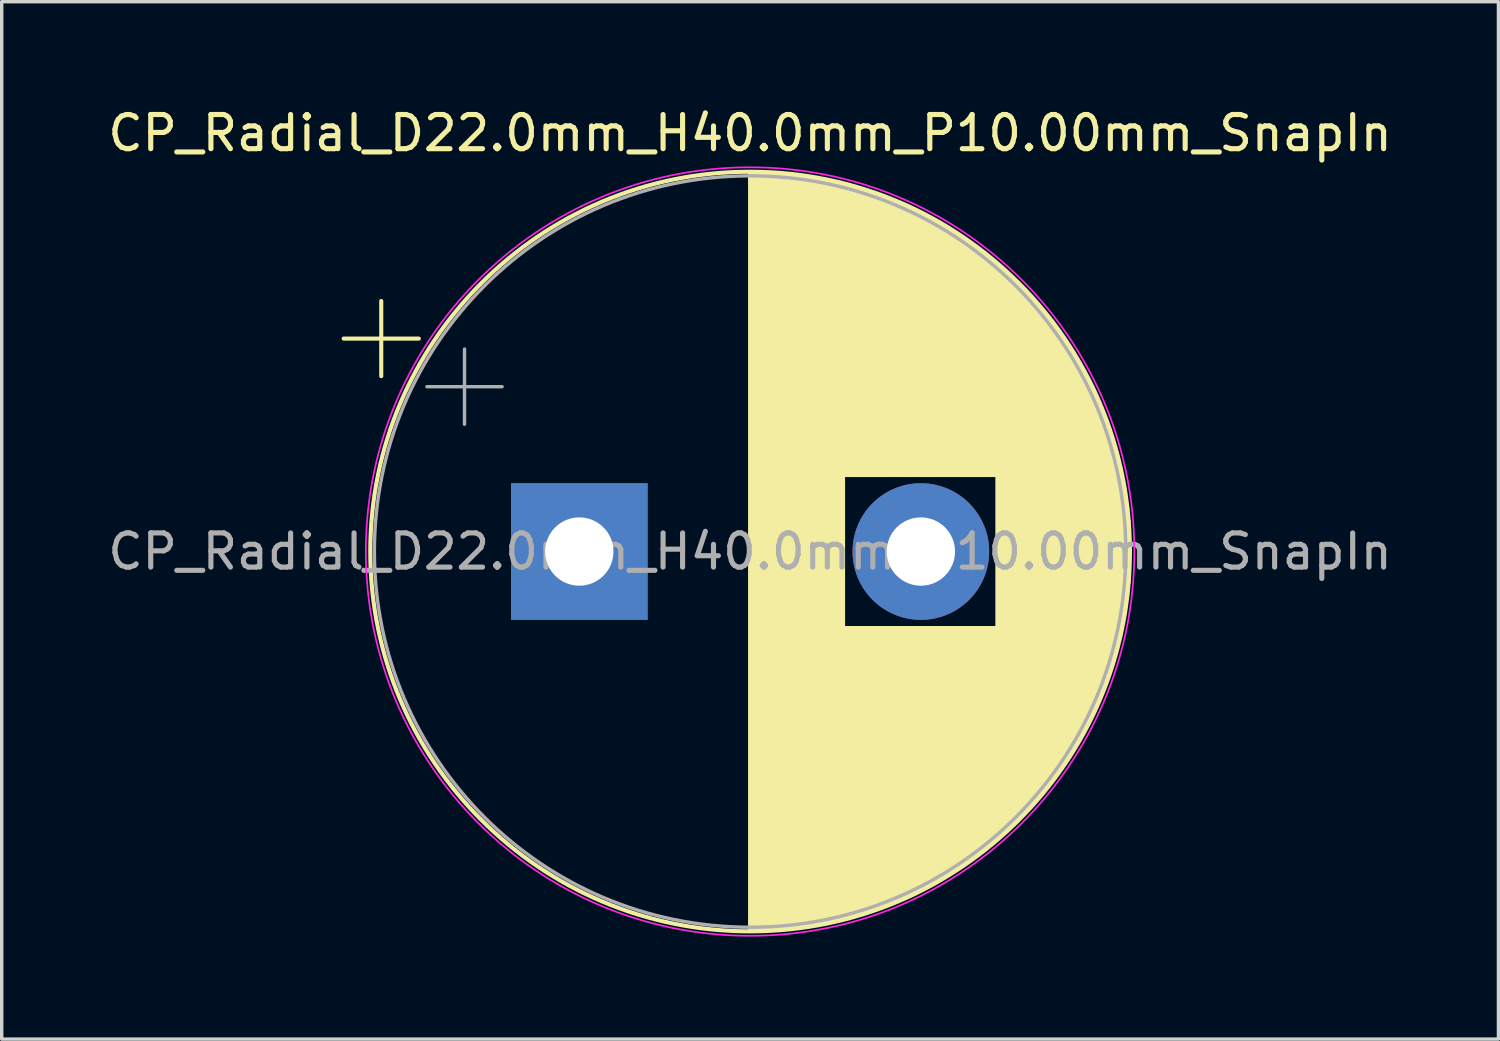
<source format=kicad_pcb>
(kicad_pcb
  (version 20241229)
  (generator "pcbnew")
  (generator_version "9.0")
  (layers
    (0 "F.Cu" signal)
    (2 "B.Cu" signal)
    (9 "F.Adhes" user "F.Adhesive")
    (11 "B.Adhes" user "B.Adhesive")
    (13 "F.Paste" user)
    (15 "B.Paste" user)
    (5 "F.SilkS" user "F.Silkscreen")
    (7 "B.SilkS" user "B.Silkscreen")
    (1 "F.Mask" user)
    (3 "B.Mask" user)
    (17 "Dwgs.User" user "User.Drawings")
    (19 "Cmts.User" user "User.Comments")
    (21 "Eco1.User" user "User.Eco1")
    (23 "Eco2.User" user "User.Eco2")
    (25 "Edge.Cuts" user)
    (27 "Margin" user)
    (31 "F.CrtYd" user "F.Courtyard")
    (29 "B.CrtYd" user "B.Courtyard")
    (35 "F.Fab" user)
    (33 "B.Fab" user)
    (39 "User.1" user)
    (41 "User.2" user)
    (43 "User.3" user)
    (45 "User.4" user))
  (footprint "CP_Radial_D22.0mm_H40.0mm_P10.00mm_SnapIn"
    (layer "F.Cu")
    (at 13.911 13.098)
    (property "Reference" "CP_Radial_D22.0mm_H40.0mm_P10.00mm_SnapIn" (at 5 -12.25 0) (layer "F.SilkS") (effects (font (size 1 1) (thickness 0.15))))
    (attr through_hole)
    (fp_line (start -6.899 -6.235) (end -4.699 -6.235) (stroke (width 0.12) (type solid)) (layer "F.SilkS"))
    (fp_line (start -5.799 -7.335) (end -5.799 -5.135) (stroke (width 0.12) (type solid)) (layer "F.SilkS"))
    (fp_line (start 5 -11.081) (end 5 11.081) (stroke (width 0.12) (type solid)) (layer "F.SilkS"))
    (fp_line (start 5.04 -11.08) (end 5.04 11.08) (stroke (width 0.12) (type solid)) (layer "F.SilkS"))
    (fp_line (start 5.08 -11.08) (end 5.08 11.08) (stroke (width 0.12) (type solid)) (layer "F.SilkS"))
    (fp_line (start 5.12 -11.08) (end 5.12 11.08) (stroke (width 0.12) (type solid)) (layer "F.SilkS"))
    (fp_line (start 5.16 -11.079) (end 5.16 11.079) (stroke (width 0.12) (type solid)) (layer "F.SilkS"))
    (fp_line (start 5.2 -11.079) (end 5.2 11.079) (stroke (width 0.12) (type solid)) (layer "F.SilkS"))
    (fp_line (start 5.24 -11.078) (end 5.24 11.078) (stroke (width 0.12) (type solid)) (layer "F.SilkS"))
    (fp_line (start 5.28 -11.077) (end 5.28 11.077) (stroke (width 0.12) (type solid)) (layer "F.SilkS"))
    (fp_line (start 5.32 -11.076) (end 5.32 11.076) (stroke (width 0.12) (type solid)) (layer "F.SilkS"))
    (fp_line (start 5.36 -11.075) (end 5.36 11.075) (stroke (width 0.12) (type solid)) (layer "F.SilkS"))
    (fp_line (start 5.4 -11.073) (end 5.4 11.073) (stroke (width 0.12) (type solid)) (layer "F.SilkS"))
    (fp_line (start 5.44 -11.072) (end 5.44 11.072) (stroke (width 0.12) (type solid)) (layer "F.SilkS"))
    (fp_line (start 5.48 -11.07) (end 5.48 11.07) (stroke (width 0.12) (type solid)) (layer "F.SilkS"))
    (fp_line (start 5.52 -11.068) (end 5.52 11.068) (stroke (width 0.12) (type solid)) (layer "F.SilkS"))
    (fp_line (start 5.56 -11.066) (end 5.56 11.066) (stroke (width 0.12) (type solid)) (layer "F.SilkS"))
    (fp_line (start 5.6 -11.064) (end 5.6 11.064) (stroke (width 0.12) (type solid)) (layer "F.SilkS"))
    (fp_line (start 5.64 -11.062) (end 5.64 11.062) (stroke (width 0.12) (type solid)) (layer "F.SilkS"))
    (fp_line (start 5.68 -11.06) (end 5.68 11.06) (stroke (width 0.12) (type solid)) (layer "F.SilkS"))
    (fp_line (start 5.721 -11.057) (end 5.721 11.057) (stroke (width 0.12) (type solid)) (layer "F.SilkS"))
    (fp_line (start 5.761 -11.054) (end 5.761 11.054) (stroke (width 0.12) (type solid)) (layer "F.SilkS"))
    (fp_line (start 5.801 -11.052) (end 5.801 11.052) (stroke (width 0.12) (type solid)) (layer "F.SilkS"))
    (fp_line (start 5.841 -11.049) (end 5.841 11.049) (stroke (width 0.12) (type solid)) (layer "F.SilkS"))
    (fp_line (start 5.881 -11.046) (end 5.881 11.046) (stroke (width 0.12) (type solid)) (layer "F.SilkS"))
    (fp_line (start 5.921 -11.042) (end 5.921 11.042) (stroke (width 0.12) (type solid)) (layer "F.SilkS"))
    (fp_line (start 5.961 -11.039) (end 5.961 11.039) (stroke (width 0.12) (type solid)) (layer "F.SilkS"))
    (fp_line (start 6.001 -11.035) (end 6.001 11.035) (stroke (width 0.12) (type solid)) (layer "F.SilkS"))
    (fp_line (start 6.041 -11.032) (end 6.041 11.032) (stroke (width 0.12) (type solid)) (layer "F.SilkS"))
    (fp_line (start 6.081 -11.028) (end 6.081 11.028) (stroke (width 0.12) (type solid)) (layer "F.SilkS"))
    (fp_line (start 6.121 -11.024) (end 6.121 11.024) (stroke (width 0.12) (type solid)) (layer "F.SilkS"))
    (fp_line (start 6.161 -11.02) (end 6.161 11.02) (stroke (width 0.12) (type solid)) (layer "F.SilkS"))
    (fp_line (start 6.201 -11.016) (end 6.201 11.016) (stroke (width 0.12) (type solid)) (layer "F.SilkS"))
    (fp_line (start 6.241 -11.011) (end 6.241 11.011) (stroke (width 0.12) (type solid)) (layer "F.SilkS"))
    (fp_line (start 6.281 -11.007) (end 6.281 11.007) (stroke (width 0.12) (type solid)) (layer "F.SilkS"))
    (fp_line (start 6.321 -11.002) (end 6.321 11.002) (stroke (width 0.12) (type solid)) (layer "F.SilkS"))
    (fp_line (start 6.361 -10.997) (end 6.361 10.997) (stroke (width 0.12) (type solid)) (layer "F.SilkS"))
    (fp_line (start 6.401 -10.992) (end 6.401 10.992) (stroke (width 0.12) (type solid)) (layer "F.SilkS"))
    (fp_line (start 6.441 -10.987) (end 6.441 10.987) (stroke (width 0.12) (type solid)) (layer "F.SilkS"))
    (fp_line (start 6.481 -10.982) (end 6.481 10.982) (stroke (width 0.12) (type solid)) (layer "F.SilkS"))
    (fp_line (start 6.521 -10.976) (end 6.521 10.976) (stroke (width 0.12) (type solid)) (layer "F.SilkS"))
    (fp_line (start 6.561 -10.971) (end 6.561 10.971) (stroke (width 0.12) (type solid)) (layer "F.SilkS"))
    (fp_line (start 6.601 -10.965) (end 6.601 10.965) (stroke (width 0.12) (type solid)) (layer "F.SilkS"))
    (fp_line (start 6.641 -10.959) (end 6.641 10.959) (stroke (width 0.12) (type solid)) (layer "F.SilkS"))
    (fp_line (start 6.681 -10.953) (end 6.681 10.953) (stroke (width 0.12) (type solid)) (layer "F.SilkS"))
    (fp_line (start 6.721 -10.947) (end 6.721 10.947) (stroke (width 0.12) (type solid)) (layer "F.SilkS"))
    (fp_line (start 6.761 -10.94) (end 6.761 10.94) (stroke (width 0.12) (type solid)) (layer "F.SilkS"))
    (fp_line (start 6.801 -10.934) (end 6.801 10.934) (stroke (width 0.12) (type solid)) (layer "F.SilkS"))
    (fp_line (start 6.841 -10.927) (end 6.841 10.927) (stroke (width 0.12) (type solid)) (layer "F.SilkS"))
    (fp_line (start 6.881 -10.92) (end 6.881 10.92) (stroke (width 0.12) (type solid)) (layer "F.SilkS"))
    (fp_line (start 6.921 -10.913) (end 6.921 10.913) (stroke (width 0.12) (type solid)) (layer "F.SilkS"))
    (fp_line (start 6.961 -10.906) (end 6.961 10.906) (stroke (width 0.12) (type solid)) (layer "F.SilkS"))
    (fp_line (start 7.001 -10.899) (end 7.001 10.899) (stroke (width 0.12) (type solid)) (layer "F.SilkS"))
    (fp_line (start 7.041 -10.892) (end 7.041 10.892) (stroke (width 0.12) (type solid)) (layer "F.SilkS"))
    (fp_line (start 7.081 -10.884) (end 7.081 10.884) (stroke (width 0.12) (type solid)) (layer "F.SilkS"))
    (fp_line (start 7.121 -10.877) (end 7.121 10.877) (stroke (width 0.12) (type solid)) (layer "F.SilkS"))
    (fp_line (start 7.161 -10.869) (end 7.161 10.869) (stroke (width 0.12) (type solid)) (layer "F.SilkS"))
    (fp_line (start 7.201 -10.861) (end 7.201 10.861) (stroke (width 0.12) (type solid)) (layer "F.SilkS"))
    (fp_line (start 7.241 -10.853) (end 7.241 10.853) (stroke (width 0.12) (type solid)) (layer "F.SilkS"))
    (fp_line (start 7.281 -10.844) (end 7.281 10.844) (stroke (width 0.12) (type solid)) (layer "F.SilkS"))
    (fp_line (start 7.321 -10.836) (end 7.321 10.836) (stroke (width 0.12) (type solid)) (layer "F.SilkS"))
    (fp_line (start 7.361 -10.827) (end 7.361 10.827) (stroke (width 0.12) (type solid)) (layer "F.SilkS"))
    (fp_line (start 7.401 -10.818) (end 7.401 10.818) (stroke (width 0.12) (type solid)) (layer "F.SilkS"))
    (fp_line (start 7.441 -10.809) (end 7.441 10.809) (stroke (width 0.12) (type solid)) (layer "F.SilkS"))
    (fp_line (start 7.481 -10.8) (end 7.481 10.8) (stroke (width 0.12) (type solid)) (layer "F.SilkS"))
    (fp_line (start 7.521 -10.791) (end 7.521 10.791) (stroke (width 0.12) (type solid)) (layer "F.SilkS"))
    (fp_line (start 7.561 -10.782) (end 7.561 10.782) (stroke (width 0.12) (type solid)) (layer "F.SilkS"))
    (fp_line (start 7.601 -10.772) (end 7.601 10.772) (stroke (width 0.12) (type solid)) (layer "F.SilkS"))
    (fp_line (start 7.641 -10.763) (end 7.641 10.763) (stroke (width 0.12) (type solid)) (layer "F.SilkS"))
    (fp_line (start 7.681 -10.753) (end 7.681 10.753) (stroke (width 0.12) (type solid)) (layer "F.SilkS"))
    (fp_line (start 7.721 -10.743) (end 7.721 10.743) (stroke (width 0.12) (type solid)) (layer "F.SilkS"))
    (fp_line (start 7.761 -10.733) (end 7.761 -2.24) (stroke (width 0.12) (type solid)) (layer "F.SilkS"))
    (fp_line (start 7.761 2.24) (end 7.761 10.733) (stroke (width 0.12) (type solid)) (layer "F.SilkS"))
    (fp_line (start 7.801 -10.722) (end 7.801 -2.24) (stroke (width 0.12) (type solid)) (layer "F.SilkS"))
    (fp_line (start 7.801 2.24) (end 7.801 10.722) (stroke (width 0.12) (type solid)) (layer "F.SilkS"))
    (fp_line (start 7.841 -10.712) (end 7.841 -2.24) (stroke (width 0.12) (type solid)) (layer "F.SilkS"))
    (fp_line (start 7.841 2.24) (end 7.841 10.712) (stroke (width 0.12) (type solid)) (layer "F.SilkS"))
    (fp_line (start 7.881 -10.701) (end 7.881 -2.24) (stroke (width 0.12) (type solid)) (layer "F.SilkS"))
    (fp_line (start 7.881 2.24) (end 7.881 10.701) (stroke (width 0.12) (type solid)) (layer "F.SilkS"))
    (fp_line (start 7.921 -10.69) (end 7.921 -2.24) (stroke (width 0.12) (type solid)) (layer "F.SilkS"))
    (fp_line (start 7.921 2.24) (end 7.921 10.69) (stroke (width 0.12) (type solid)) (layer "F.SilkS"))
    (fp_line (start 7.961 -10.679) (end 7.961 -2.24) (stroke (width 0.12) (type solid)) (layer "F.SilkS"))
    (fp_line (start 7.961 2.24) (end 7.961 10.679) (stroke (width 0.12) (type solid)) (layer "F.SilkS"))
    (fp_line (start 8.001 -10.668) (end 8.001 -2.24) (stroke (width 0.12) (type solid)) (layer "F.SilkS"))
    (fp_line (start 8.001 2.24) (end 8.001 10.668) (stroke (width 0.12) (type solid)) (layer "F.SilkS"))
    (fp_line (start 8.041 -10.657) (end 8.041 -2.24) (stroke (width 0.12) (type solid)) (layer "F.SilkS"))
    (fp_line (start 8.041 2.24) (end 8.041 10.657) (stroke (width 0.12) (type solid)) (layer "F.SilkS"))
    (fp_line (start 8.081 -10.645) (end 8.081 -2.24) (stroke (width 0.12) (type solid)) (layer "F.SilkS"))
    (fp_line (start 8.081 2.24) (end 8.081 10.645) (stroke (width 0.12) (type solid)) (layer "F.SilkS"))
    (fp_line (start 8.121 -10.634) (end 8.121 -2.24) (stroke (width 0.12) (type solid)) (layer "F.SilkS"))
    (fp_line (start 8.121 2.24) (end 8.121 10.634) (stroke (width 0.12) (type solid)) (layer "F.SilkS"))
    (fp_line (start 8.161 -10.622) (end 8.161 -2.24) (stroke (width 0.12) (type solid)) (layer "F.SilkS"))
    (fp_line (start 8.161 2.24) (end 8.161 10.622) (stroke (width 0.12) (type solid)) (layer "F.SilkS"))
    (fp_line (start 8.201 -10.61) (end 8.201 -2.24) (stroke (width 0.12) (type solid)) (layer "F.SilkS"))
    (fp_line (start 8.201 2.24) (end 8.201 10.61) (stroke (width 0.12) (type solid)) (layer "F.SilkS"))
    (fp_line (start 8.241 -10.598) (end 8.241 -2.24) (stroke (width 0.12) (type solid)) (layer "F.SilkS"))
    (fp_line (start 8.241 2.24) (end 8.241 10.598) (stroke (width 0.12) (type solid)) (layer "F.SilkS"))
    (fp_line (start 8.281 -10.586) (end 8.281 -2.24) (stroke (width 0.12) (type solid)) (layer "F.SilkS"))
    (fp_line (start 8.281 2.24) (end 8.281 10.586) (stroke (width 0.12) (type solid)) (layer "F.SilkS"))
    (fp_line (start 8.321 -10.573) (end 8.321 -2.24) (stroke (width 0.12) (type solid)) (layer "F.SilkS"))
    (fp_line (start 8.321 2.24) (end 8.321 10.573) (stroke (width 0.12) (type solid)) (layer "F.SilkS"))
    (fp_line (start 8.361 -10.561) (end 8.361 -2.24) (stroke (width 0.12) (type solid)) (layer "F.SilkS"))
    (fp_line (start 8.361 2.24) (end 8.361 10.561) (stroke (width 0.12) (type solid)) (layer "F.SilkS"))
    (fp_line (start 8.401 -10.548) (end 8.401 -2.24) (stroke (width 0.12) (type solid)) (layer "F.SilkS"))
    (fp_line (start 8.401 2.24) (end 8.401 10.548) (stroke (width 0.12) (type solid)) (layer "F.SilkS"))
    (fp_line (start 8.441 -10.535) (end 8.441 -2.24) (stroke (width 0.12) (type solid)) (layer "F.SilkS"))
    (fp_line (start 8.441 2.24) (end 8.441 10.535) (stroke (width 0.12) (type solid)) (layer "F.SilkS"))
    (fp_line (start 8.481 -10.522) (end 8.481 -2.24) (stroke (width 0.12) (type solid)) (layer "F.SilkS"))
    (fp_line (start 8.481 2.24) (end 8.481 10.522) (stroke (width 0.12) (type solid)) (layer "F.SilkS"))
    (fp_line (start 8.521 -10.509) (end 8.521 -2.24) (stroke (width 0.12) (type solid)) (layer "F.SilkS"))
    (fp_line (start 8.521 2.24) (end 8.521 10.509) (stroke (width 0.12) (type solid)) (layer "F.SilkS"))
    (fp_line (start 8.561 -10.495) (end 8.561 -2.24) (stroke (width 0.12) (type solid)) (layer "F.SilkS"))
    (fp_line (start 8.561 2.24) (end 8.561 10.495) (stroke (width 0.12) (type solid)) (layer "F.SilkS"))
    (fp_line (start 8.601 -10.482) (end 8.601 -2.24) (stroke (width 0.12) (type solid)) (layer "F.SilkS"))
    (fp_line (start 8.601 2.24) (end 8.601 10.482) (stroke (width 0.12) (type solid)) (layer "F.SilkS"))
    (fp_line (start 8.641 -10.468) (end 8.641 -2.24) (stroke (width 0.12) (type solid)) (layer "F.SilkS"))
    (fp_line (start 8.641 2.24) (end 8.641 10.468) (stroke (width 0.12) (type solid)) (layer "F.SilkS"))
    (fp_line (start 8.681 -10.454) (end 8.681 -2.24) (stroke (width 0.12) (type solid)) (layer "F.SilkS"))
    (fp_line (start 8.681 2.24) (end 8.681 10.454) (stroke (width 0.12) (type solid)) (layer "F.SilkS"))
    (fp_line (start 8.721 -10.44) (end 8.721 -2.24) (stroke (width 0.12) (type solid)) (layer "F.SilkS"))
    (fp_line (start 8.721 2.24) (end 8.721 10.44) (stroke (width 0.12) (type solid)) (layer "F.SilkS"))
    (fp_line (start 8.761 -10.426) (end 8.761 -2.24) (stroke (width 0.12) (type solid)) (layer "F.SilkS"))
    (fp_line (start 8.761 2.24) (end 8.761 10.426) (stroke (width 0.12) (type solid)) (layer "F.SilkS"))
    (fp_line (start 8.801 -10.411) (end 8.801 -2.24) (stroke (width 0.12) (type solid)) (layer "F.SilkS"))
    (fp_line (start 8.801 2.24) (end 8.801 10.411) (stroke (width 0.12) (type solid)) (layer "F.SilkS"))
    (fp_line (start 8.841 -10.396) (end 8.841 -2.24) (stroke (width 0.12) (type solid)) (layer "F.SilkS"))
    (fp_line (start 8.841 2.24) (end 8.841 10.396) (stroke (width 0.12) (type solid)) (layer "F.SilkS"))
    (fp_line (start 8.881 -10.382) (end 8.881 -2.24) (stroke (width 0.12) (type solid)) (layer "F.SilkS"))
    (fp_line (start 8.881 2.24) (end 8.881 10.382) (stroke (width 0.12) (type solid)) (layer "F.SilkS"))
    (fp_line (start 8.921 -10.367) (end 8.921 -2.24) (stroke (width 0.12) (type solid)) (layer "F.SilkS"))
    (fp_line (start 8.921 2.24) (end 8.921 10.367) (stroke (width 0.12) (type solid)) (layer "F.SilkS"))
    (fp_line (start 8.961 -10.351) (end 8.961 -2.24) (stroke (width 0.12) (type solid)) (layer "F.SilkS"))
    (fp_line (start 8.961 2.24) (end 8.961 10.351) (stroke (width 0.12) (type solid)) (layer "F.SilkS"))
    (fp_line (start 9.001 -10.336) (end 9.001 -2.24) (stroke (width 0.12) (type solid)) (layer "F.SilkS"))
    (fp_line (start 9.001 2.24) (end 9.001 10.336) (stroke (width 0.12) (type solid)) (layer "F.SilkS"))
    (fp_line (start 9.041 -10.321) (end 9.041 -2.24) (stroke (width 0.12) (type solid)) (layer "F.SilkS"))
    (fp_line (start 9.041 2.24) (end 9.041 10.321) (stroke (width 0.12) (type solid)) (layer "F.SilkS"))
    (fp_line (start 9.081 -10.305) (end 9.081 -2.24) (stroke (width 0.12) (type solid)) (layer "F.SilkS"))
    (fp_line (start 9.081 2.24) (end 9.081 10.305) (stroke (width 0.12) (type solid)) (layer "F.SilkS"))
    (fp_line (start 9.121 -10.289) (end 9.121 -2.24) (stroke (width 0.12) (type solid)) (layer "F.SilkS"))
    (fp_line (start 9.121 2.24) (end 9.121 10.289) (stroke (width 0.12) (type solid)) (layer "F.SilkS"))
    (fp_line (start 9.161 -10.273) (end 9.161 -2.24) (stroke (width 0.12) (type solid)) (layer "F.SilkS"))
    (fp_line (start 9.161 2.24) (end 9.161 10.273) (stroke (width 0.12) (type solid)) (layer "F.SilkS"))
    (fp_line (start 9.201 -10.257) (end 9.201 -2.24) (stroke (width 0.12) (type solid)) (layer "F.SilkS"))
    (fp_line (start 9.201 2.24) (end 9.201 10.257) (stroke (width 0.12) (type solid)) (layer "F.SilkS"))
    (fp_line (start 9.241 -10.24) (end 9.241 -2.24) (stroke (width 0.12) (type solid)) (layer "F.SilkS"))
    (fp_line (start 9.241 2.24) (end 9.241 10.24) (stroke (width 0.12) (type solid)) (layer "F.SilkS"))
    (fp_line (start 9.281 -10.224) (end 9.281 -2.24) (stroke (width 0.12) (type solid)) (layer "F.SilkS"))
    (fp_line (start 9.281 2.24) (end 9.281 10.224) (stroke (width 0.12) (type solid)) (layer "F.SilkS"))
    (fp_line (start 9.321 -10.207) (end 9.321 -2.24) (stroke (width 0.12) (type solid)) (layer "F.SilkS"))
    (fp_line (start 9.321 2.24) (end 9.321 10.207) (stroke (width 0.12) (type solid)) (layer "F.SilkS"))
    (fp_line (start 9.361 -10.19) (end 9.361 -2.24) (stroke (width 0.12) (type solid)) (layer "F.SilkS"))
    (fp_line (start 9.361 2.24) (end 9.361 10.19) (stroke (width 0.12) (type solid)) (layer "F.SilkS"))
    (fp_line (start 9.401 -10.173) (end 9.401 -2.24) (stroke (width 0.12) (type solid)) (layer "F.SilkS"))
    (fp_line (start 9.401 2.24) (end 9.401 10.173) (stroke (width 0.12) (type solid)) (layer "F.SilkS"))
    (fp_line (start 9.441 -10.156) (end 9.441 -2.24) (stroke (width 0.12) (type solid)) (layer "F.SilkS"))
    (fp_line (start 9.441 2.24) (end 9.441 10.156) (stroke (width 0.12) (type solid)) (layer "F.SilkS"))
    (fp_line (start 9.481 -10.138) (end 9.481 -2.24) (stroke (width 0.12) (type solid)) (layer "F.SilkS"))
    (fp_line (start 9.481 2.24) (end 9.481 10.138) (stroke (width 0.12) (type solid)) (layer "F.SilkS"))
    (fp_line (start 9.521 -10.12) (end 9.521 -2.24) (stroke (width 0.12) (type solid)) (layer "F.SilkS"))
    (fp_line (start 9.521 2.24) (end 9.521 10.12) (stroke (width 0.12) (type solid)) (layer "F.SilkS"))
    (fp_line (start 9.561 -10.103) (end 9.561 -2.24) (stroke (width 0.12) (type solid)) (layer "F.SilkS"))
    (fp_line (start 9.561 2.24) (end 9.561 10.103) (stroke (width 0.12) (type solid)) (layer "F.SilkS"))
    (fp_line (start 9.601 -10.084) (end 9.601 -2.24) (stroke (width 0.12) (type solid)) (layer "F.SilkS"))
    (fp_line (start 9.601 2.24) (end 9.601 10.084) (stroke (width 0.12) (type solid)) (layer "F.SilkS"))
    (fp_line (start 9.641 -10.066) (end 9.641 -2.24) (stroke (width 0.12) (type solid)) (layer "F.SilkS"))
    (fp_line (start 9.641 2.24) (end 9.641 10.066) (stroke (width 0.12) (type solid)) (layer "F.SilkS"))
    (fp_line (start 9.681 -10.048) (end 9.681 -2.24) (stroke (width 0.12) (type solid)) (layer "F.SilkS"))
    (fp_line (start 9.681 2.24) (end 9.681 10.048) (stroke (width 0.12) (type solid)) (layer "F.SilkS"))
    (fp_line (start 9.721 -10.029) (end 9.721 -2.24) (stroke (width 0.12) (type solid)) (layer "F.SilkS"))
    (fp_line (start 9.721 2.24) (end 9.721 10.029) (stroke (width 0.12) (type solid)) (layer "F.SilkS"))
    (fp_line (start 9.761 -10.01) (end 9.761 -2.24) (stroke (width 0.12) (type solid)) (layer "F.SilkS"))
    (fp_line (start 9.761 2.24) (end 9.761 10.01) (stroke (width 0.12) (type solid)) (layer "F.SilkS"))
    (fp_line (start 9.801 -9.991) (end 9.801 -2.24) (stroke (width 0.12) (type solid)) (layer "F.SilkS"))
    (fp_line (start 9.801 2.24) (end 9.801 9.991) (stroke (width 0.12) (type solid)) (layer "F.SilkS"))
    (fp_line (start 9.841 -9.972) (end 9.841 -2.24) (stroke (width 0.12) (type solid)) (layer "F.SilkS"))
    (fp_line (start 9.841 2.24) (end 9.841 9.972) (stroke (width 0.12) (type solid)) (layer "F.SilkS"))
    (fp_line (start 9.881 -9.952) (end 9.881 -2.24) (stroke (width 0.12) (type solid)) (layer "F.SilkS"))
    (fp_line (start 9.881 2.24) (end 9.881 9.952) (stroke (width 0.12) (type solid)) (layer "F.SilkS"))
    (fp_line (start 9.921 -9.933) (end 9.921 -2.24) (stroke (width 0.12) (type solid)) (layer "F.SilkS"))
    (fp_line (start 9.921 2.24) (end 9.921 9.933) (stroke (width 0.12) (type solid)) (layer "F.SilkS"))
    (fp_line (start 9.961 -9.913) (end 9.961 -2.24) (stroke (width 0.12) (type solid)) (layer "F.SilkS"))
    (fp_line (start 9.961 2.24) (end 9.961 9.913) (stroke (width 0.12) (type solid)) (layer "F.SilkS"))
    (fp_line (start 10.001 -9.893) (end 10.001 -2.24) (stroke (width 0.12) (type solid)) (layer "F.SilkS"))
    (fp_line (start 10.001 2.24) (end 10.001 9.893) (stroke (width 0.12) (type solid)) (layer "F.SilkS"))
    (fp_line (start 10.041 -9.873) (end 10.041 -2.24) (stroke (width 0.12) (type solid)) (layer "F.SilkS"))
    (fp_line (start 10.041 2.24) (end 10.041 9.873) (stroke (width 0.12) (type solid)) (layer "F.SilkS"))
    (fp_line (start 10.081 -9.852) (end 10.081 -2.24) (stroke (width 0.12) (type solid)) (layer "F.SilkS"))
    (fp_line (start 10.081 2.24) (end 10.081 9.852) (stroke (width 0.12) (type solid)) (layer "F.SilkS"))
    (fp_line (start 10.121 -9.832) (end 10.121 -2.24) (stroke (width 0.12) (type solid)) (layer "F.SilkS"))
    (fp_line (start 10.121 2.24) (end 10.121 9.832) (stroke (width 0.12) (type solid)) (layer "F.SilkS"))
    (fp_line (start 10.161 -9.811) (end 10.161 -2.24) (stroke (width 0.12) (type solid)) (layer "F.SilkS"))
    (fp_line (start 10.161 2.24) (end 10.161 9.811) (stroke (width 0.12) (type solid)) (layer "F.SilkS"))
    (fp_line (start 10.201 -9.79) (end 10.201 -2.24) (stroke (width 0.12) (type solid)) (layer "F.SilkS"))
    (fp_line (start 10.201 2.24) (end 10.201 9.79) (stroke (width 0.12) (type solid)) (layer "F.SilkS"))
    (fp_line (start 10.241 -9.768) (end 10.241 -2.24) (stroke (width 0.12) (type solid)) (layer "F.SilkS"))
    (fp_line (start 10.241 2.24) (end 10.241 9.768) (stroke (width 0.12) (type solid)) (layer "F.SilkS"))
    (fp_line (start 10.281 -9.747) (end 10.281 -2.24) (stroke (width 0.12) (type solid)) (layer "F.SilkS"))
    (fp_line (start 10.281 2.24) (end 10.281 9.747) (stroke (width 0.12) (type solid)) (layer "F.SilkS"))
    (fp_line (start 10.321 -9.725) (end 10.321 -2.24) (stroke (width 0.12) (type solid)) (layer "F.SilkS"))
    (fp_line (start 10.321 2.24) (end 10.321 9.725) (stroke (width 0.12) (type solid)) (layer "F.SilkS"))
    (fp_line (start 10.361 -9.703) (end 10.361 -2.24) (stroke (width 0.12) (type solid)) (layer "F.SilkS"))
    (fp_line (start 10.361 2.24) (end 10.361 9.703) (stroke (width 0.12) (type solid)) (layer "F.SilkS"))
    (fp_line (start 10.401 -9.681) (end 10.401 -2.24) (stroke (width 0.12) (type solid)) (layer "F.SilkS"))
    (fp_line (start 10.401 2.24) (end 10.401 9.681) (stroke (width 0.12) (type solid)) (layer "F.SilkS"))
    (fp_line (start 10.441 -9.659) (end 10.441 -2.24) (stroke (width 0.12) (type solid)) (layer "F.SilkS"))
    (fp_line (start 10.441 2.24) (end 10.441 9.659) (stroke (width 0.12) (type solid)) (layer "F.SilkS"))
    (fp_line (start 10.481 -9.636) (end 10.481 -2.24) (stroke (width 0.12) (type solid)) (layer "F.SilkS"))
    (fp_line (start 10.481 2.24) (end 10.481 9.636) (stroke (width 0.12) (type solid)) (layer "F.SilkS"))
    (fp_line (start 10.521 -9.614) (end 10.521 -2.24) (stroke (width 0.12) (type solid)) (layer "F.SilkS"))
    (fp_line (start 10.521 2.24) (end 10.521 9.614) (stroke (width 0.12) (type solid)) (layer "F.SilkS"))
    (fp_line (start 10.561 -9.591) (end 10.561 -2.24) (stroke (width 0.12) (type solid)) (layer "F.SilkS"))
    (fp_line (start 10.561 2.24) (end 10.561 9.591) (stroke (width 0.12) (type solid)) (layer "F.SilkS"))
    (fp_line (start 10.601 -9.567) (end 10.601 -2.24) (stroke (width 0.12) (type solid)) (layer "F.SilkS"))
    (fp_line (start 10.601 2.24) (end 10.601 9.567) (stroke (width 0.12) (type solid)) (layer "F.SilkS"))
    (fp_line (start 10.641 -9.544) (end 10.641 -2.24) (stroke (width 0.12) (type solid)) (layer "F.SilkS"))
    (fp_line (start 10.641 2.24) (end 10.641 9.544) (stroke (width 0.12) (type solid)) (layer "F.SilkS"))
    (fp_line (start 10.681 -9.52) (end 10.681 -2.24) (stroke (width 0.12) (type solid)) (layer "F.SilkS"))
    (fp_line (start 10.681 2.24) (end 10.681 9.52) (stroke (width 0.12) (type solid)) (layer "F.SilkS"))
    (fp_line (start 10.721 -9.497) (end 10.721 -2.24) (stroke (width 0.12) (type solid)) (layer "F.SilkS"))
    (fp_line (start 10.721 2.24) (end 10.721 9.497) (stroke (width 0.12) (type solid)) (layer "F.SilkS"))
    (fp_line (start 10.761 -9.472) (end 10.761 -2.24) (stroke (width 0.12) (type solid)) (layer "F.SilkS"))
    (fp_line (start 10.761 2.24) (end 10.761 9.472) (stroke (width 0.12) (type solid)) (layer "F.SilkS"))
    (fp_line (start 10.801 -9.448) (end 10.801 -2.24) (stroke (width 0.12) (type solid)) (layer "F.SilkS"))
    (fp_line (start 10.801 2.24) (end 10.801 9.448) (stroke (width 0.12) (type solid)) (layer "F.SilkS"))
    (fp_line (start 10.841 -9.424) (end 10.841 -2.24) (stroke (width 0.12) (type solid)) (layer "F.SilkS"))
    (fp_line (start 10.841 2.24) (end 10.841 9.424) (stroke (width 0.12) (type solid)) (layer "F.SilkS"))
    (fp_line (start 10.881 -9.399) (end 10.881 -2.24) (stroke (width 0.12) (type solid)) (layer "F.SilkS"))
    (fp_line (start 10.881 2.24) (end 10.881 9.399) (stroke (width 0.12) (type solid)) (layer "F.SilkS"))
    (fp_line (start 10.921 -9.374) (end 10.921 -2.24) (stroke (width 0.12) (type solid)) (layer "F.SilkS"))
    (fp_line (start 10.921 2.24) (end 10.921 9.374) (stroke (width 0.12) (type solid)) (layer "F.SilkS"))
    (fp_line (start 10.961 -9.348) (end 10.961 -2.24) (stroke (width 0.12) (type solid)) (layer "F.SilkS"))
    (fp_line (start 10.961 2.24) (end 10.961 9.348) (stroke (width 0.12) (type solid)) (layer "F.SilkS"))
    (fp_line (start 11.001 -9.323) (end 11.001 -2.24) (stroke (width 0.12) (type solid)) (layer "F.SilkS"))
    (fp_line (start 11.001 2.24) (end 11.001 9.323) (stroke (width 0.12) (type solid)) (layer "F.SilkS"))
    (fp_line (start 11.041 -9.297) (end 11.041 -2.24) (stroke (width 0.12) (type solid)) (layer "F.SilkS"))
    (fp_line (start 11.041 2.24) (end 11.041 9.297) (stroke (width 0.12) (type solid)) (layer "F.SilkS"))
    (fp_line (start 11.081 -9.271) (end 11.081 -2.24) (stroke (width 0.12) (type solid)) (layer "F.SilkS"))
    (fp_line (start 11.081 2.24) (end 11.081 9.271) (stroke (width 0.12) (type solid)) (layer "F.SilkS"))
    (fp_line (start 11.121 -9.245) (end 11.121 -2.24) (stroke (width 0.12) (type solid)) (layer "F.SilkS"))
    (fp_line (start 11.121 2.24) (end 11.121 9.245) (stroke (width 0.12) (type solid)) (layer "F.SilkS"))
    (fp_line (start 11.161 -9.218) (end 11.161 -2.24) (stroke (width 0.12) (type solid)) (layer "F.SilkS"))
    (fp_line (start 11.161 2.24) (end 11.161 9.218) (stroke (width 0.12) (type solid)) (layer "F.SilkS"))
    (fp_line (start 11.201 -9.192) (end 11.201 -2.24) (stroke (width 0.12) (type solid)) (layer "F.SilkS"))
    (fp_line (start 11.201 2.24) (end 11.201 9.192) (stroke (width 0.12) (type solid)) (layer "F.SilkS"))
    (fp_line (start 11.241 -9.165) (end 11.241 -2.24) (stroke (width 0.12) (type solid)) (layer "F.SilkS"))
    (fp_line (start 11.241 2.24) (end 11.241 9.165) (stroke (width 0.12) (type solid)) (layer "F.SilkS"))
    (fp_line (start 11.281 -9.137) (end 11.281 -2.24) (stroke (width 0.12) (type solid)) (layer "F.SilkS"))
    (fp_line (start 11.281 2.24) (end 11.281 9.137) (stroke (width 0.12) (type solid)) (layer "F.SilkS"))
    (fp_line (start 11.321 -9.11) (end 11.321 -2.24) (stroke (width 0.12) (type solid)) (layer "F.SilkS"))
    (fp_line (start 11.321 2.24) (end 11.321 9.11) (stroke (width 0.12) (type solid)) (layer "F.SilkS"))
    (fp_line (start 11.361 -9.082) (end 11.361 -2.24) (stroke (width 0.12) (type solid)) (layer "F.SilkS"))
    (fp_line (start 11.361 2.24) (end 11.361 9.082) (stroke (width 0.12) (type solid)) (layer "F.SilkS"))
    (fp_line (start 11.401 -9.054) (end 11.401 -2.24) (stroke (width 0.12) (type solid)) (layer "F.SilkS"))
    (fp_line (start 11.401 2.24) (end 11.401 9.054) (stroke (width 0.12) (type solid)) (layer "F.SilkS"))
    (fp_line (start 11.441 -9.026) (end 11.441 -2.24) (stroke (width 0.12) (type solid)) (layer "F.SilkS"))
    (fp_line (start 11.441 2.24) (end 11.441 9.026) (stroke (width 0.12) (type solid)) (layer "F.SilkS"))
    (fp_line (start 11.481 -8.997) (end 11.481 -2.24) (stroke (width 0.12) (type solid)) (layer "F.SilkS"))
    (fp_line (start 11.481 2.24) (end 11.481 8.997) (stroke (width 0.12) (type solid)) (layer "F.SilkS"))
    (fp_line (start 11.521 -8.968) (end 11.521 -2.24) (stroke (width 0.12) (type solid)) (layer "F.SilkS"))
    (fp_line (start 11.521 2.24) (end 11.521 8.968) (stroke (width 0.12) (type solid)) (layer "F.SilkS"))
    (fp_line (start 11.561 -8.939) (end 11.561 -2.24) (stroke (width 0.12) (type solid)) (layer "F.SilkS"))
    (fp_line (start 11.561 2.24) (end 11.561 8.939) (stroke (width 0.12) (type solid)) (layer "F.SilkS"))
    (fp_line (start 11.601 -8.91) (end 11.601 -2.24) (stroke (width 0.12) (type solid)) (layer "F.SilkS"))
    (fp_line (start 11.601 2.24) (end 11.601 8.91) (stroke (width 0.12) (type solid)) (layer "F.SilkS"))
    (fp_line (start 11.641 -8.88) (end 11.641 -2.24) (stroke (width 0.12) (type solid)) (layer "F.SilkS"))
    (fp_line (start 11.641 2.24) (end 11.641 8.88) (stroke (width 0.12) (type solid)) (layer "F.SilkS"))
    (fp_line (start 11.681 -8.85) (end 11.681 -2.24) (stroke (width 0.12) (type solid)) (layer "F.SilkS"))
    (fp_line (start 11.681 2.24) (end 11.681 8.85) (stroke (width 0.12) (type solid)) (layer "F.SilkS"))
    (fp_line (start 11.721 -8.82) (end 11.721 -2.24) (stroke (width 0.12) (type solid)) (layer "F.SilkS"))
    (fp_line (start 11.721 2.24) (end 11.721 8.82) (stroke (width 0.12) (type solid)) (layer "F.SilkS"))
    (fp_line (start 11.761 -8.79) (end 11.761 -2.24) (stroke (width 0.12) (type solid)) (layer "F.SilkS"))
    (fp_line (start 11.761 2.24) (end 11.761 8.79) (stroke (width 0.12) (type solid)) (layer "F.SilkS"))
    (fp_line (start 11.801 -8.759) (end 11.801 -2.24) (stroke (width 0.12) (type solid)) (layer "F.SilkS"))
    (fp_line (start 11.801 2.24) (end 11.801 8.759) (stroke (width 0.12) (type solid)) (layer "F.SilkS"))
    (fp_line (start 11.841 -8.728) (end 11.841 -2.24) (stroke (width 0.12) (type solid)) (layer "F.SilkS"))
    (fp_line (start 11.841 2.24) (end 11.841 8.728) (stroke (width 0.12) (type solid)) (layer "F.SilkS"))
    (fp_line (start 11.881 -8.697) (end 11.881 -2.24) (stroke (width 0.12) (type solid)) (layer "F.SilkS"))
    (fp_line (start 11.881 2.24) (end 11.881 8.697) (stroke (width 0.12) (type solid)) (layer "F.SilkS"))
    (fp_line (start 11.921 -8.665) (end 11.921 -2.24) (stroke (width 0.12) (type solid)) (layer "F.SilkS"))
    (fp_line (start 11.921 2.24) (end 11.921 8.665) (stroke (width 0.12) (type solid)) (layer "F.SilkS"))
    (fp_line (start 11.961 -8.633) (end 11.961 -2.24) (stroke (width 0.12) (type solid)) (layer "F.SilkS"))
    (fp_line (start 11.961 2.24) (end 11.961 8.633) (stroke (width 0.12) (type solid)) (layer "F.SilkS"))
    (fp_line (start 12.001 -8.601) (end 12.001 -2.24) (stroke (width 0.12) (type solid)) (layer "F.SilkS"))
    (fp_line (start 12.001 2.24) (end 12.001 8.601) (stroke (width 0.12) (type solid)) (layer "F.SilkS"))
    (fp_line (start 12.041 -8.568) (end 12.041 -2.24) (stroke (width 0.12) (type solid)) (layer "F.SilkS"))
    (fp_line (start 12.041 2.24) (end 12.041 8.568) (stroke (width 0.12) (type solid)) (layer "F.SilkS"))
    (fp_line (start 12.081 -8.535) (end 12.081 -2.24) (stroke (width 0.12) (type solid)) (layer "F.SilkS"))
    (fp_line (start 12.081 2.24) (end 12.081 8.535) (stroke (width 0.12) (type solid)) (layer "F.SilkS"))
    (fp_line (start 12.121 -8.502) (end 12.121 -2.24) (stroke (width 0.12) (type solid)) (layer "F.SilkS"))
    (fp_line (start 12.121 2.24) (end 12.121 8.502) (stroke (width 0.12) (type solid)) (layer "F.SilkS"))
    (fp_line (start 12.161 -8.469) (end 12.161 -2.24) (stroke (width 0.12) (type solid)) (layer "F.SilkS"))
    (fp_line (start 12.161 2.24) (end 12.161 8.469) (stroke (width 0.12) (type solid)) (layer "F.SilkS"))
    (fp_line (start 12.201 -8.435) (end 12.201 -2.24) (stroke (width 0.12) (type solid)) (layer "F.SilkS"))
    (fp_line (start 12.201 2.24) (end 12.201 8.435) (stroke (width 0.12) (type solid)) (layer "F.SilkS"))
    (fp_line (start 12.241 -8.401) (end 12.241 8.401) (stroke (width 0.12) (type solid)) (layer "F.SilkS"))
    (fp_line (start 12.281 -8.366) (end 12.281 8.366) (stroke (width 0.12) (type solid)) (layer "F.SilkS"))
    (fp_line (start 12.321 -8.331) (end 12.321 8.331) (stroke (width 0.12) (type solid)) (layer "F.SilkS"))
    (fp_line (start 12.361 -8.296) (end 12.361 8.296) (stroke (width 0.12) (type solid)) (layer "F.SilkS"))
    (fp_line (start 12.401 -8.261) (end 12.401 8.261) (stroke (width 0.12) (type solid)) (layer "F.SilkS"))
    (fp_line (start 12.441 -8.225) (end 12.441 8.225) (stroke (width 0.12) (type solid)) (layer "F.SilkS"))
    (fp_line (start 12.481 -8.189) (end 12.481 8.189) (stroke (width 0.12) (type solid)) (layer "F.SilkS"))
    (fp_line (start 12.521 -8.152) (end 12.521 8.152) (stroke (width 0.12) (type solid)) (layer "F.SilkS"))
    (fp_line (start 12.561 -8.115) (end 12.561 8.115) (stroke (width 0.12) (type solid)) (layer "F.SilkS"))
    (fp_line (start 12.601 -8.078) (end 12.601 8.078) (stroke (width 0.12) (type solid)) (layer "F.SilkS"))
    (fp_line (start 12.641 -8.04) (end 12.641 8.04) (stroke (width 0.12) (type solid)) (layer "F.SilkS"))
    (fp_line (start 12.681 -8.002) (end 12.681 8.002) (stroke (width 0.12) (type solid)) (layer "F.SilkS"))
    (fp_line (start 12.721 -7.964) (end 12.721 7.964) (stroke (width 0.12) (type solid)) (layer "F.SilkS"))
    (fp_line (start 12.761 -7.925) (end 12.761 7.925) (stroke (width 0.12) (type solid)) (layer "F.SilkS"))
    (fp_line (start 12.801 -7.886) (end 12.801 7.886) (stroke (width 0.12) (type solid)) (layer "F.SilkS"))
    (fp_line (start 12.841 -7.846) (end 12.841 7.846) (stroke (width 0.12) (type solid)) (layer "F.SilkS"))
    (fp_line (start 12.881 -7.807) (end 12.881 7.807) (stroke (width 0.12) (type solid)) (layer "F.SilkS"))
    (fp_line (start 12.921 -7.766) (end 12.921 7.766) (stroke (width 0.12) (type solid)) (layer "F.SilkS"))
    (fp_line (start 12.961 -7.725) (end 12.961 7.725) (stroke (width 0.12) (type solid)) (layer "F.SilkS"))
    (fp_line (start 13.001 -7.684) (end 13.001 7.684) (stroke (width 0.12) (type solid)) (layer "F.SilkS"))
    (fp_line (start 13.041 -7.642) (end 13.041 7.642) (stroke (width 0.12) (type solid)) (layer "F.SilkS"))
    (fp_line (start 13.081 -7.6) (end 13.081 7.6) (stroke (width 0.12) (type solid)) (layer "F.SilkS"))
    (fp_line (start 13.121 -7.558) (end 13.121 7.558) (stroke (width 0.12) (type solid)) (layer "F.SilkS"))
    (fp_line (start 13.161 -7.515) (end 13.161 7.515) (stroke (width 0.12) (type solid)) (layer "F.SilkS"))
    (fp_line (start 13.2 -7.471) (end 13.2 7.471) (stroke (width 0.12) (type solid)) (layer "F.SilkS"))
    (fp_line (start 13.24 -7.428) (end 13.24 7.428) (stroke (width 0.12) (type solid)) (layer "F.SilkS"))
    (fp_line (start 13.28 -7.383) (end 13.28 7.383) (stroke (width 0.12) (type solid)) (layer "F.SilkS"))
    (fp_line (start 13.32 -7.338) (end 13.32 7.338) (stroke (width 0.12) (type solid)) (layer "F.SilkS"))
    (fp_line (start 13.36 -7.293) (end 13.36 7.293) (stroke (width 0.12) (type solid)) (layer "F.SilkS"))
    (fp_line (start 13.4 -7.247) (end 13.4 7.247) (stroke (width 0.12) (type solid)) (layer "F.SilkS"))
    (fp_line (start 13.44 -7.201) (end 13.44 7.201) (stroke (width 0.12) (type solid)) (layer "F.SilkS"))
    (fp_line (start 13.48 -7.154) (end 13.48 7.154) (stroke (width 0.12) (type solid)) (layer "F.SilkS"))
    (fp_line (start 13.52 -7.106) (end 13.52 7.106) (stroke (width 0.12) (type solid)) (layer "F.SilkS"))
    (fp_line (start 13.56 -7.058) (end 13.56 7.058) (stroke (width 0.12) (type solid)) (layer "F.SilkS"))
    (fp_line (start 13.6 -7.01) (end 13.6 7.01) (stroke (width 0.12) (type solid)) (layer "F.SilkS"))
    (fp_line (start 13.64 -6.961) (end 13.64 6.961) (stroke (width 0.12) (type solid)) (layer "F.SilkS"))
    (fp_line (start 13.68 -6.911) (end 13.68 6.911) (stroke (width 0.12) (type solid)) (layer "F.SilkS"))
    (fp_line (start 13.72 -6.861) (end 13.72 6.861) (stroke (width 0.12) (type solid)) (layer "F.SilkS"))
    (fp_line (start 13.76 -6.81) (end 13.76 6.81) (stroke (width 0.12) (type solid)) (layer "F.SilkS"))
    (fp_line (start 13.8 -6.759) (end 13.8 6.759) (stroke (width 0.12) (type solid)) (layer "F.SilkS"))
    (fp_line (start 13.84 -6.707) (end 13.84 6.707) (stroke (width 0.12) (type solid)) (layer "F.SilkS"))
    (fp_line (start 13.88 -6.654) (end 13.88 6.654) (stroke (width 0.12) (type solid)) (layer "F.SilkS"))
    (fp_line (start 13.92 -6.6) (end 13.92 6.6) (stroke (width 0.12) (type solid)) (layer "F.SilkS"))
    (fp_line (start 13.96 -6.546) (end 13.96 6.546) (stroke (width 0.12) (type solid)) (layer "F.SilkS"))
    (fp_line (start 14 -6.492) (end 14 6.492) (stroke (width 0.12) (type solid)) (layer "F.SilkS"))
    (fp_line (start 14.04 -6.436) (end 14.04 6.436) (stroke (width 0.12) (type solid)) (layer "F.SilkS"))
    (fp_line (start 14.08 -6.38) (end 14.08 6.38) (stroke (width 0.12) (type solid)) (layer "F.SilkS"))
    (fp_line (start 14.12 -6.323) (end 14.12 6.323) (stroke (width 0.12) (type solid)) (layer "F.SilkS"))
    (fp_line (start 14.16 -6.265) (end 14.16 6.265) (stroke (width 0.12) (type solid)) (layer "F.SilkS"))
    (fp_line (start 14.2 -6.207) (end 14.2 6.207) (stroke (width 0.12) (type solid)) (layer "F.SilkS"))
    (fp_line (start 14.24 -6.147) (end 14.24 6.147) (stroke (width 0.12) (type solid)) (layer "F.SilkS"))
    (fp_line (start 14.28 -6.087) (end 14.28 6.087) (stroke (width 0.12) (type solid)) (layer "F.SilkS"))
    (fp_line (start 14.32 -6.026) (end 14.32 6.026) (stroke (width 0.12) (type solid)) (layer "F.SilkS"))
    (fp_line (start 14.36 -5.964) (end 14.36 5.964) (stroke (width 0.12) (type solid)) (layer "F.SilkS"))
    (fp_line (start 14.4 -5.901) (end 14.4 5.901) (stroke (width 0.12) (type solid)) (layer "F.SilkS"))
    (fp_line (start 14.44 -5.838) (end 14.44 5.838) (stroke (width 0.12) (type solid)) (layer "F.SilkS"))
    (fp_line (start 14.48 -5.773) (end 14.48 5.773) (stroke (width 0.12) (type solid)) (layer "F.SilkS"))
    (fp_line (start 14.52 -5.707) (end 14.52 5.707) (stroke (width 0.12) (type solid)) (layer "F.SilkS"))
    (fp_line (start 14.56 -5.64) (end 14.56 5.64) (stroke (width 0.12) (type solid)) (layer "F.SilkS"))
    (fp_line (start 14.6 -5.572) (end 14.6 5.572) (stroke (width 0.12) (type solid)) (layer "F.SilkS"))
    (fp_line (start 14.64 -5.503) (end 14.64 5.503) (stroke (width 0.12) (type solid)) (layer "F.SilkS"))
    (fp_line (start 14.68 -5.433) (end 14.68 5.433) (stroke (width 0.12) (type solid)) (layer "F.SilkS"))
    (fp_line (start 14.72 -5.362) (end 14.72 5.362) (stroke (width 0.12) (type solid)) (layer "F.SilkS"))
    (fp_line (start 14.76 -5.289) (end 14.76 5.289) (stroke (width 0.12) (type solid)) (layer "F.SilkS"))
    (fp_line (start 14.8 -5.215) (end 14.8 5.215) (stroke (width 0.12) (type solid)) (layer "F.SilkS"))
    (fp_line (start 14.84 -5.14) (end 14.84 5.14) (stroke (width 0.12) (type solid)) (layer "F.SilkS"))
    (fp_line (start 14.88 -5.063) (end 14.88 5.063) (stroke (width 0.12) (type solid)) (layer "F.SilkS"))
    (fp_line (start 14.92 -4.985) (end 14.92 4.985) (stroke (width 0.12) (type solid)) (layer "F.SilkS"))
    (fp_line (start 14.96 -4.905) (end 14.96 4.905) (stroke (width 0.12) (type solid)) (layer "F.SilkS"))
    (fp_line (start 15 -4.824) (end 15 4.824) (stroke (width 0.12) (type solid)) (layer "F.SilkS"))
    (fp_line (start 15.04 -4.741) (end 15.04 4.741) (stroke (width 0.12) (type solid)) (layer "F.SilkS"))
    (fp_line (start 15.08 -4.656) (end 15.08 4.656) (stroke (width 0.12) (type solid)) (layer "F.SilkS"))
    (fp_line (start 15.12 -4.569) (end 15.12 4.569) (stroke (width 0.12) (type solid)) (layer "F.SilkS"))
    (fp_line (start 15.16 -4.48) (end 15.16 4.48) (stroke (width 0.12) (type solid)) (layer "F.SilkS"))
    (fp_line (start 15.2 -4.389) (end 15.2 4.389) (stroke (width 0.12) (type solid)) (layer "F.SilkS"))
    (fp_line (start 15.24 -4.296) (end 15.24 4.296) (stroke (width 0.12) (type solid)) (layer "F.SilkS"))
    (fp_line (start 15.28 -4.2) (end 15.28 4.2) (stroke (width 0.12) (type solid)) (layer "F.SilkS"))
    (fp_line (start 15.32 -4.102) (end 15.32 4.102) (stroke (width 0.12) (type solid)) (layer "F.SilkS"))
    (fp_line (start 15.36 -4.001) (end 15.36 4.001) (stroke (width 0.12) (type solid)) (layer "F.SilkS"))
    (fp_line (start 15.4 -3.897) (end 15.4 3.897) (stroke (width 0.12) (type solid)) (layer "F.SilkS"))
    (fp_line (start 15.44 -3.789) (end 15.44 3.789) (stroke (width 0.12) (type solid)) (layer "F.SilkS"))
    (fp_line (start 15.48 -3.679) (end 15.48 3.679) (stroke (width 0.12) (type solid)) (layer "F.SilkS"))
    (fp_line (start 15.52 -3.564) (end 15.52 3.564) (stroke (width 0.12) (type solid)) (layer "F.SilkS"))
    (fp_line (start 15.56 -3.445) (end 15.56 3.445) (stroke (width 0.12) (type solid)) (layer "F.SilkS"))
    (fp_line (start 15.6 -3.321) (end 15.6 3.321) (stroke (width 0.12) (type solid)) (layer "F.SilkS"))
    (fp_line (start 15.64 -3.192) (end 15.64 3.192) (stroke (width 0.12) (type solid)) (layer "F.SilkS"))
    (fp_line (start 15.68 -3.058) (end 15.68 3.058) (stroke (width 0.12) (type solid)) (layer "F.SilkS"))
    (fp_line (start 15.72 -2.916) (end 15.72 2.916) (stroke (width 0.12) (type solid)) (layer "F.SilkS"))
    (fp_line (start 15.76 -2.767) (end 15.76 2.767) (stroke (width 0.12) (type solid)) (layer "F.SilkS"))
    (fp_line (start 15.8 -2.609) (end 15.8 2.609) (stroke (width 0.12) (type solid)) (layer "F.SilkS"))
    (fp_line (start 15.84 -2.44) (end 15.84 2.44) (stroke (width 0.12) (type solid)) (layer "F.SilkS"))
    (fp_line (start 15.88 -2.258) (end 15.88 2.258) (stroke (width 0.12) (type solid)) (layer "F.SilkS"))
    (fp_line (start 15.92 -2.06) (end 15.92 2.06) (stroke (width 0.12) (type solid)) (layer "F.SilkS"))
    (fp_line (start 15.96 -1.84) (end 15.96 1.84) (stroke (width 0.12) (type solid)) (layer "F.SilkS"))
    (fp_line (start 16 -1.59) (end 16 1.59) (stroke (width 0.12) (type solid)) (layer "F.SilkS"))
    (fp_line (start 16.04 -1.292) (end 16.04 1.292) (stroke (width 0.12) (type solid)) (layer "F.SilkS"))
    (fp_line (start 16.08 -0.903) (end 16.08 0.903) (stroke (width 0.12) (type solid)) (layer "F.SilkS"))
    (fp_line (start 16.12 -0.04) (end 16.12 0.04) (stroke (width 0.12) (type solid)) (layer "F.SilkS"))
    (fp_circle (center 5 0) (end 16.12 0) (stroke (width 0.12) (type solid)) (fill no) (layer "F.SilkS"))
    (fp_circle (center 5 0) (end 16.25 0) (stroke (width 0.05) (type solid)) (fill no) (layer "F.CrtYd"))
    (fp_line (start -4.461 -4.827) (end -2.261 -4.827) (stroke (width 0.1) (type solid)) (layer "F.Fab"))
    (fp_line (start -3.361 -5.928) (end -3.361 -3.728) (stroke (width 0.1) (type solid)) (layer "F.Fab"))
    (fp_circle (center 5 0) (end 16 0) (stroke (width 0.1) (type solid)) (fill no) (layer "F.Fab"))
    (fp_text user "${REFERENCE}" (at 5 0 0) (layer "F.Fab") (effects (font (size 1 1) (thickness 0.15))))
    (pad "1" thru_hole rect (at 0 0) (size 4 4) (drill 2) (layers "*.Cu" "*.Mask"))
    (pad "2" thru_hole circle (at 10 0) (size 4 4) (drill 2) (layers "*.Cu" "*.Mask")))
  (gr_rect
    (start -3 -3)
    (end 40.821 27.373)
    (stroke (width 0.1) (type default))
    (fill no)
    (layer "Edge.Cuts")))
</source>
